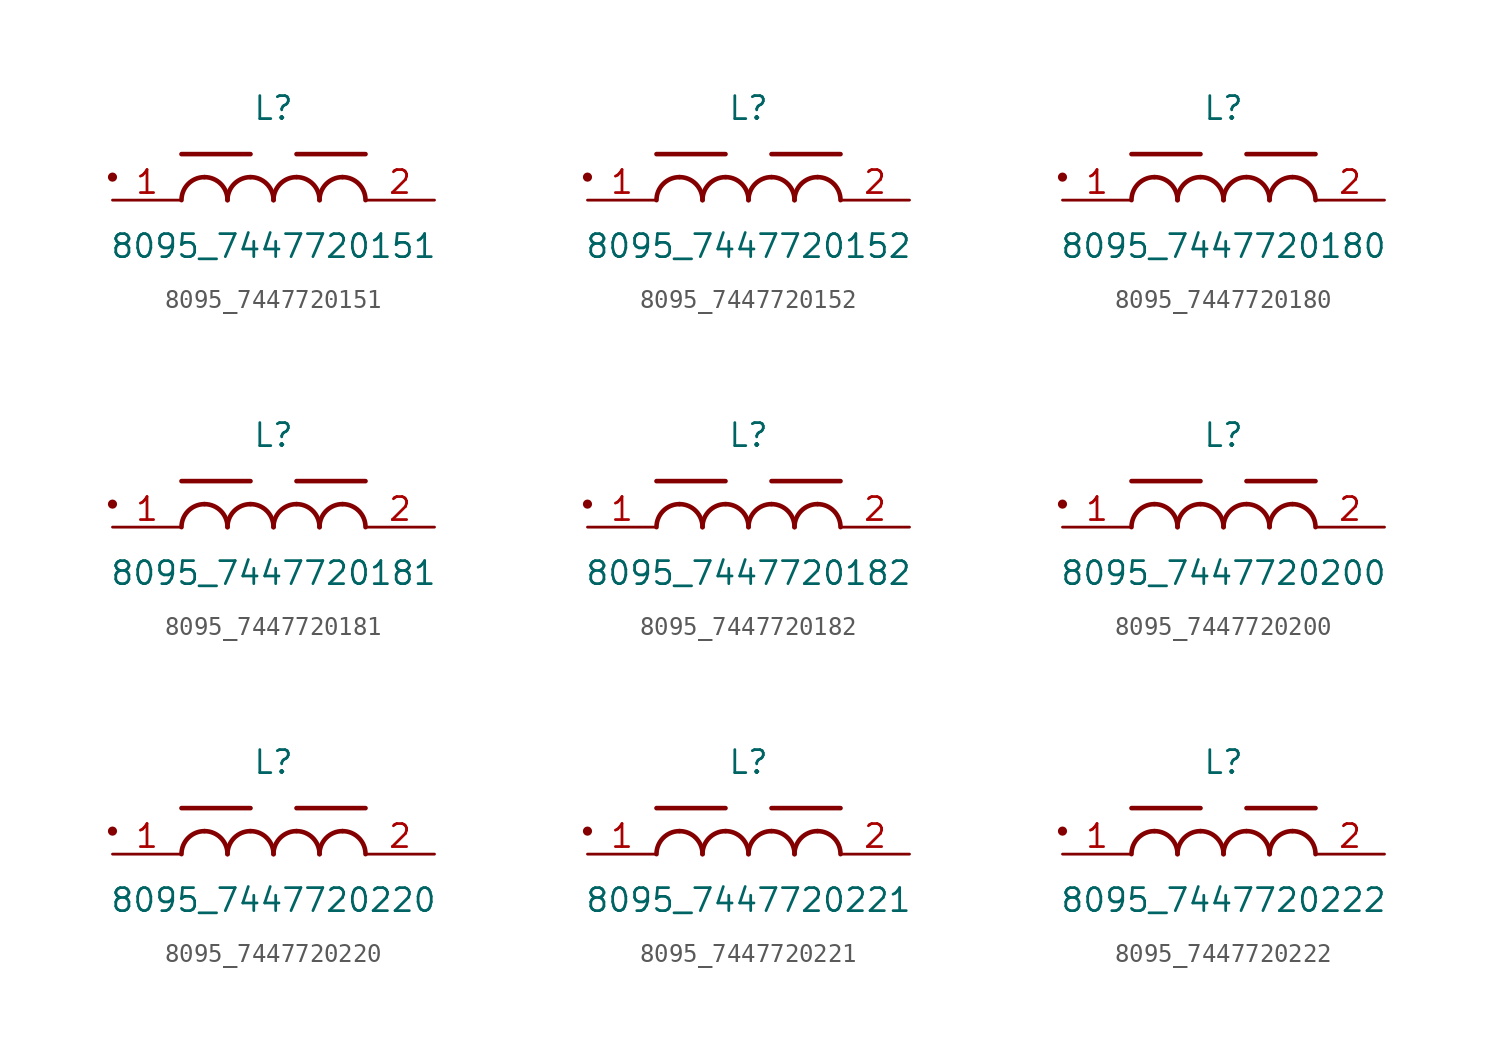
<source format=kicad_sym>
(kicad_symbol_lib
  (version 20211014)
  (generator kicad_symbol_editor)
  (symbol "Inductor_Wurth_WE-TI:8095_7447720151"
    (pin_names hide)
    (property "Reference" "L"
      (at 0 5.08 0)
      (effects (font (size 1.27 1.27))))
    (property "Value" "8095_7447720151"
      (at 0 -2.54 0)
      (effects (font (size 1.27 1.27))))
    (symbol "8095_7447720151_0_1"
      (circle (center -8.89 1.27) (radius 0.0001) (stroke (width 0.254)) (stroke (width 0.254) (type default) (color 0 0 0 0)) (fill (type none)))
      (arc (start -3.81 1.27) (mid -4.708 0.898) (end -5.08 0) (stroke (width 0.254) (type default) (color 0 0 0 0)) (fill (type none)))
      (arc (start -2.54 0) (mid -2.912 0.898) (end -3.81 1.27) (stroke (width 0.254) (type default) (color 0 0 0 0)) (fill (type none)))
      (arc (start -1.2699 1.2701) (mid -2.1679 0.8981) (end -2.5399 0.0001) (stroke (width 0.254) (type default) (color 0 0 0 0)) (fill (type none)))
      (polyline (pts (xy -5.08 2.54) (xy -1.27 2.54)) (stroke (width 0.254) (type default) (color 0 0 0 0)) (fill (type none)))
      (polyline (pts (xy 5.08 2.54) (xy 1.27 2.54)) (stroke (width 0.254) (type default) (color 0 0 0 0)) (fill (type none)))
      (arc (start 0.0001 0.0001) (mid -0.3719 0.8981) (end -1.2699 1.2701) (stroke (width 0.254) (type default) (color 0 0 0 0)) (fill (type none)))
      (arc (start 1.2701 1.2701) (mid 0.3721 0.8981) (end 0.0001 0.0001) (stroke (width 0.254) (type default) (color 0 0 0 0)) (fill (type none)))
      (arc (start 2.5401 0.0001) (mid 2.1681 0.8981) (end 1.2701 1.2701) (stroke (width 0.254) (type default) (color 0 0 0 0)) (fill (type none)))
      (arc (start 3.8101 1.2701) (mid 2.9121 0.8981) (end 2.5401 0.0001) (stroke (width 0.254) (type default) (color 0 0 0 0)) (fill (type none)))
      (arc (start 5.0801 0.0001) (mid 4.7081 0.8981) (end 3.8101 1.2701) (stroke (width 0.254) (type default) (color 0 0 0 0)) (fill (type none))))
    (symbol "8095_7447720151_1_1"
      (pin passive line (at -8.89 0 0) (length 3.81) (name "1" (effects (font (size 1.27 1.27)))) (number "1" (effects (font (size 1.27 1.27)))))
      (pin passive line (at 8.89 0 180) (length 3.81) (name "2" (effects (font (size 1.27 1.27)))) (number "2" (effects (font (size 1.27 1.27)))))))
  (symbol "Inductor_Wurth_WE-TI:8095_7447720152"
    (pin_names hide)
    (property "Reference" "L"
      (at 0 5.08 0)
      (effects (font (size 1.27 1.27))))
    (property "Value" "8095_7447720152"
      (at 0 -2.54 0)
      (effects (font (size 1.27 1.27))))
    (symbol "8095_7447720152_0_1"
      (circle (center -8.89 1.27) (radius 0.0001) (stroke (width 0.254)) (stroke (width 0.254) (type default) (color 0 0 0 0)) (fill (type none)))
      (arc (start -3.81 1.27) (mid -4.708 0.898) (end -5.08 0) (stroke (width 0.254) (type default) (color 0 0 0 0)) (fill (type none)))
      (arc (start -2.54 0) (mid -2.912 0.898) (end -3.81 1.27) (stroke (width 0.254) (type default) (color 0 0 0 0)) (fill (type none)))
      (arc (start -1.2699 1.2701) (mid -2.1679 0.8981) (end -2.5399 0.0001) (stroke (width 0.254) (type default) (color 0 0 0 0)) (fill (type none)))
      (polyline (pts (xy -5.08 2.54) (xy -1.27 2.54)) (stroke (width 0.254) (type default) (color 0 0 0 0)) (fill (type none)))
      (polyline (pts (xy 5.08 2.54) (xy 1.27 2.54)) (stroke (width 0.254) (type default) (color 0 0 0 0)) (fill (type none)))
      (arc (start 0.0001 0.0001) (mid -0.3719 0.8981) (end -1.2699 1.2701) (stroke (width 0.254) (type default) (color 0 0 0 0)) (fill (type none)))
      (arc (start 1.2701 1.2701) (mid 0.3721 0.8981) (end 0.0001 0.0001) (stroke (width 0.254) (type default) (color 0 0 0 0)) (fill (type none)))
      (arc (start 2.5401 0.0001) (mid 2.1681 0.8981) (end 1.2701 1.2701) (stroke (width 0.254) (type default) (color 0 0 0 0)) (fill (type none)))
      (arc (start 3.8101 1.2701) (mid 2.9121 0.8981) (end 2.5401 0.0001) (stroke (width 0.254) (type default) (color 0 0 0 0)) (fill (type none)))
      (arc (start 5.0801 0.0001) (mid 4.7081 0.8981) (end 3.8101 1.2701) (stroke (width 0.254) (type default) (color 0 0 0 0)) (fill (type none))))
    (symbol "8095_7447720152_1_1"
      (pin passive line (at -8.89 0 0) (length 3.81) (name "1" (effects (font (size 1.27 1.27)))) (number "1" (effects (font (size 1.27 1.27)))))
      (pin passive line (at 8.89 0 180) (length 3.81) (name "2" (effects (font (size 1.27 1.27)))) (number "2" (effects (font (size 1.27 1.27)))))))
  (symbol "Inductor_Wurth_WE-TI:8095_7447720180"
    (pin_names hide)
    (property "Reference" "L"
      (at 0 5.08 0)
      (effects (font (size 1.27 1.27))))
    (property "Value" "8095_7447720180"
      (at 0 -2.54 0)
      (effects (font (size 1.27 1.27))))
    (symbol "8095_7447720180_0_1"
      (circle (center -8.89 1.27) (radius 0.0001) (stroke (width 0.254)) (stroke (width 0.254) (type default) (color 0 0 0 0)) (fill (type none)))
      (arc (start -3.81 1.27) (mid -4.708 0.898) (end -5.08 0) (stroke (width 0.254) (type default) (color 0 0 0 0)) (fill (type none)))
      (arc (start -2.54 0) (mid -2.912 0.898) (end -3.81 1.27) (stroke (width 0.254) (type default) (color 0 0 0 0)) (fill (type none)))
      (arc (start -1.2699 1.2701) (mid -2.1679 0.8981) (end -2.5399 0.0001) (stroke (width 0.254) (type default) (color 0 0 0 0)) (fill (type none)))
      (polyline (pts (xy -5.08 2.54) (xy -1.27 2.54)) (stroke (width 0.254) (type default) (color 0 0 0 0)) (fill (type none)))
      (polyline (pts (xy 5.08 2.54) (xy 1.27 2.54)) (stroke (width 0.254) (type default) (color 0 0 0 0)) (fill (type none)))
      (arc (start 0.0001 0.0001) (mid -0.3719 0.8981) (end -1.2699 1.2701) (stroke (width 0.254) (type default) (color 0 0 0 0)) (fill (type none)))
      (arc (start 1.2701 1.2701) (mid 0.3721 0.8981) (end 0.0001 0.0001) (stroke (width 0.254) (type default) (color 0 0 0 0)) (fill (type none)))
      (arc (start 2.5401 0.0001) (mid 2.1681 0.8981) (end 1.2701 1.2701) (stroke (width 0.254) (type default) (color 0 0 0 0)) (fill (type none)))
      (arc (start 3.8101 1.2701) (mid 2.9121 0.8981) (end 2.5401 0.0001) (stroke (width 0.254) (type default) (color 0 0 0 0)) (fill (type none)))
      (arc (start 5.0801 0.0001) (mid 4.7081 0.8981) (end 3.8101 1.2701) (stroke (width 0.254) (type default) (color 0 0 0 0)) (fill (type none))))
    (symbol "8095_7447720180_1_1"
      (pin passive line (at -8.89 0 0) (length 3.81) (name "1" (effects (font (size 1.27 1.27)))) (number "1" (effects (font (size 1.27 1.27)))))
      (pin passive line (at 8.89 0 180) (length 3.81) (name "2" (effects (font (size 1.27 1.27)))) (number "2" (effects (font (size 1.27 1.27)))))))
  (symbol "Inductor_Wurth_WE-TI:8095_7447720181"
    (pin_names hide)
    (property "Reference" "L"
      (at 0 5.08 0)
      (effects (font (size 1.27 1.27))))
    (property "Value" "8095_7447720181"
      (at 0 -2.54 0)
      (effects (font (size 1.27 1.27))))
    (symbol "8095_7447720181_0_1"
      (circle (center -8.89 1.27) (radius 0.0001) (stroke (width 0.254)) (stroke (width 0.254) (type default) (color 0 0 0 0)) (fill (type none)))
      (arc (start -3.81 1.27) (mid -4.708 0.898) (end -5.08 0) (stroke (width 0.254) (type default) (color 0 0 0 0)) (fill (type none)))
      (arc (start -2.54 0) (mid -2.912 0.898) (end -3.81 1.27) (stroke (width 0.254) (type default) (color 0 0 0 0)) (fill (type none)))
      (arc (start -1.2699 1.2701) (mid -2.1679 0.8981) (end -2.5399 0.0001) (stroke (width 0.254) (type default) (color 0 0 0 0)) (fill (type none)))
      (polyline (pts (xy -5.08 2.54) (xy -1.27 2.54)) (stroke (width 0.254) (type default) (color 0 0 0 0)) (fill (type none)))
      (polyline (pts (xy 5.08 2.54) (xy 1.27 2.54)) (stroke (width 0.254) (type default) (color 0 0 0 0)) (fill (type none)))
      (arc (start 0.0001 0.0001) (mid -0.3719 0.8981) (end -1.2699 1.2701) (stroke (width 0.254) (type default) (color 0 0 0 0)) (fill (type none)))
      (arc (start 1.2701 1.2701) (mid 0.3721 0.8981) (end 0.0001 0.0001) (stroke (width 0.254) (type default) (color 0 0 0 0)) (fill (type none)))
      (arc (start 2.5401 0.0001) (mid 2.1681 0.8981) (end 1.2701 1.2701) (stroke (width 0.254) (type default) (color 0 0 0 0)) (fill (type none)))
      (arc (start 3.8101 1.2701) (mid 2.9121 0.8981) (end 2.5401 0.0001) (stroke (width 0.254) (type default) (color 0 0 0 0)) (fill (type none)))
      (arc (start 5.0801 0.0001) (mid 4.7081 0.8981) (end 3.8101 1.2701) (stroke (width 0.254) (type default) (color 0 0 0 0)) (fill (type none))))
    (symbol "8095_7447720181_1_1"
      (pin passive line (at -8.89 0 0) (length 3.81) (name "1" (effects (font (size 1.27 1.27)))) (number "1" (effects (font (size 1.27 1.27)))))
      (pin passive line (at 8.89 0 180) (length 3.81) (name "2" (effects (font (size 1.27 1.27)))) (number "2" (effects (font (size 1.27 1.27)))))))
  (symbol "Inductor_Wurth_WE-TI:8095_7447720182"
    (pin_names hide)
    (property "Reference" "L"
      (at 0 5.08 0)
      (effects (font (size 1.27 1.27))))
    (property "Value" "8095_7447720182"
      (at 0 -2.54 0)
      (effects (font (size 1.27 1.27))))
    (symbol "8095_7447720182_0_1"
      (circle (center -8.89 1.27) (radius 0.0001) (stroke (width 0.254)) (stroke (width 0.254) (type default) (color 0 0 0 0)) (fill (type none)))
      (arc (start -3.81 1.27) (mid -4.708 0.898) (end -5.08 0) (stroke (width 0.254) (type default) (color 0 0 0 0)) (fill (type none)))
      (arc (start -2.54 0) (mid -2.912 0.898) (end -3.81 1.27) (stroke (width 0.254) (type default) (color 0 0 0 0)) (fill (type none)))
      (arc (start -1.2699 1.2701) (mid -2.1679 0.8981) (end -2.5399 0.0001) (stroke (width 0.254) (type default) (color 0 0 0 0)) (fill (type none)))
      (polyline (pts (xy -5.08 2.54) (xy -1.27 2.54)) (stroke (width 0.254) (type default) (color 0 0 0 0)) (fill (type none)))
      (polyline (pts (xy 5.08 2.54) (xy 1.27 2.54)) (stroke (width 0.254) (type default) (color 0 0 0 0)) (fill (type none)))
      (arc (start 0.0001 0.0001) (mid -0.3719 0.8981) (end -1.2699 1.2701) (stroke (width 0.254) (type default) (color 0 0 0 0)) (fill (type none)))
      (arc (start 1.2701 1.2701) (mid 0.3721 0.8981) (end 0.0001 0.0001) (stroke (width 0.254) (type default) (color 0 0 0 0)) (fill (type none)))
      (arc (start 2.5401 0.0001) (mid 2.1681 0.8981) (end 1.2701 1.2701) (stroke (width 0.254) (type default) (color 0 0 0 0)) (fill (type none)))
      (arc (start 3.8101 1.2701) (mid 2.9121 0.8981) (end 2.5401 0.0001) (stroke (width 0.254) (type default) (color 0 0 0 0)) (fill (type none)))
      (arc (start 5.0801 0.0001) (mid 4.7081 0.8981) (end 3.8101 1.2701) (stroke (width 0.254) (type default) (color 0 0 0 0)) (fill (type none))))
    (symbol "8095_7447720182_1_1"
      (pin passive line (at -8.89 0 0) (length 3.81) (name "1" (effects (font (size 1.27 1.27)))) (number "1" (effects (font (size 1.27 1.27)))))
      (pin passive line (at 8.89 0 180) (length 3.81) (name "2" (effects (font (size 1.27 1.27)))) (number "2" (effects (font (size 1.27 1.27)))))))
  (symbol "Inductor_Wurth_WE-TI:8095_7447720200"
    (pin_names hide)
    (property "Reference" "L"
      (at 0 5.08 0)
      (effects (font (size 1.27 1.27))))
    (property "Value" "8095_7447720200"
      (at 0 -2.54 0)
      (effects (font (size 1.27 1.27))))
    (symbol "8095_7447720200_0_1"
      (circle (center -8.89 1.27) (radius 0.0001) (stroke (width 0.254)) (stroke (width 0.254) (type default) (color 0 0 0 0)) (fill (type none)))
      (arc (start -3.81 1.27) (mid -4.708 0.898) (end -5.08 0) (stroke (width 0.254) (type default) (color 0 0 0 0)) (fill (type none)))
      (arc (start -2.54 0) (mid -2.912 0.898) (end -3.81 1.27) (stroke (width 0.254) (type default) (color 0 0 0 0)) (fill (type none)))
      (arc (start -1.2699 1.2701) (mid -2.1679 0.8981) (end -2.5399 0.0001) (stroke (width 0.254) (type default) (color 0 0 0 0)) (fill (type none)))
      (polyline (pts (xy -5.08 2.54) (xy -1.27 2.54)) (stroke (width 0.254) (type default) (color 0 0 0 0)) (fill (type none)))
      (polyline (pts (xy 5.08 2.54) (xy 1.27 2.54)) (stroke (width 0.254) (type default) (color 0 0 0 0)) (fill (type none)))
      (arc (start 0.0001 0.0001) (mid -0.3719 0.8981) (end -1.2699 1.2701) (stroke (width 0.254) (type default) (color 0 0 0 0)) (fill (type none)))
      (arc (start 1.2701 1.2701) (mid 0.3721 0.8981) (end 0.0001 0.0001) (stroke (width 0.254) (type default) (color 0 0 0 0)) (fill (type none)))
      (arc (start 2.5401 0.0001) (mid 2.1681 0.8981) (end 1.2701 1.2701) (stroke (width 0.254) (type default) (color 0 0 0 0)) (fill (type none)))
      (arc (start 3.8101 1.2701) (mid 2.9121 0.8981) (end 2.5401 0.0001) (stroke (width 0.254) (type default) (color 0 0 0 0)) (fill (type none)))
      (arc (start 5.0801 0.0001) (mid 4.7081 0.8981) (end 3.8101 1.2701) (stroke (width 0.254) (type default) (color 0 0 0 0)) (fill (type none))))
    (symbol "8095_7447720200_1_1"
      (pin passive line (at -8.89 0 0) (length 3.81) (name "1" (effects (font (size 1.27 1.27)))) (number "1" (effects (font (size 1.27 1.27)))))
      (pin passive line (at 8.89 0 180) (length 3.81) (name "2" (effects (font (size 1.27 1.27)))) (number "2" (effects (font (size 1.27 1.27)))))))
  (symbol "Inductor_Wurth_WE-TI:8095_7447720220"
    (pin_names hide)
    (property "Reference" "L"
      (at 0 5.08 0)
      (effects (font (size 1.27 1.27))))
    (property "Value" "8095_7447720220"
      (at 0 -2.54 0)
      (effects (font (size 1.27 1.27))))
    (symbol "8095_7447720220_0_1"
      (circle (center -8.89 1.27) (radius 0.0001) (stroke (width 0.254)) (stroke (width 0.254) (type default) (color 0 0 0 0)) (fill (type none)))
      (arc (start -3.81 1.27) (mid -4.708 0.898) (end -5.08 0) (stroke (width 0.254) (type default) (color 0 0 0 0)) (fill (type none)))
      (arc (start -2.54 0) (mid -2.912 0.898) (end -3.81 1.27) (stroke (width 0.254) (type default) (color 0 0 0 0)) (fill (type none)))
      (arc (start -1.2699 1.2701) (mid -2.1679 0.8981) (end -2.5399 0.0001) (stroke (width 0.254) (type default) (color 0 0 0 0)) (fill (type none)))
      (polyline (pts (xy -5.08 2.54) (xy -1.27 2.54)) (stroke (width 0.254) (type default) (color 0 0 0 0)) (fill (type none)))
      (polyline (pts (xy 5.08 2.54) (xy 1.27 2.54)) (stroke (width 0.254) (type default) (color 0 0 0 0)) (fill (type none)))
      (arc (start 0.0001 0.0001) (mid -0.3719 0.8981) (end -1.2699 1.2701) (stroke (width 0.254) (type default) (color 0 0 0 0)) (fill (type none)))
      (arc (start 1.2701 1.2701) (mid 0.3721 0.8981) (end 0.0001 0.0001) (stroke (width 0.254) (type default) (color 0 0 0 0)) (fill (type none)))
      (arc (start 2.5401 0.0001) (mid 2.1681 0.8981) (end 1.2701 1.2701) (stroke (width 0.254) (type default) (color 0 0 0 0)) (fill (type none)))
      (arc (start 3.8101 1.2701) (mid 2.9121 0.8981) (end 2.5401 0.0001) (stroke (width 0.254) (type default) (color 0 0 0 0)) (fill (type none)))
      (arc (start 5.0801 0.0001) (mid 4.7081 0.8981) (end 3.8101 1.2701) (stroke (width 0.254) (type default) (color 0 0 0 0)) (fill (type none))))
    (symbol "8095_7447720220_1_1"
      (pin passive line (at -8.89 0 0) (length 3.81) (name "1" (effects (font (size 1.27 1.27)))) (number "1" (effects (font (size 1.27 1.27)))))
      (pin passive line (at 8.89 0 180) (length 3.81) (name "2" (effects (font (size 1.27 1.27)))) (number "2" (effects (font (size 1.27 1.27)))))))
  (symbol "Inductor_Wurth_WE-TI:8095_7447720221"
    (pin_names hide)
    (property "Reference" "L"
      (at 0 5.08 0)
      (effects (font (size 1.27 1.27))))
    (property "Value" "8095_7447720221"
      (at 0 -2.54 0)
      (effects (font (size 1.27 1.27))))
    (symbol "8095_7447720221_0_1"
      (circle (center -8.89 1.27) (radius 0.0001) (stroke (width 0.254)) (stroke (width 0.254) (type default) (color 0 0 0 0)) (fill (type none)))
      (arc (start -3.81 1.27) (mid -4.708 0.898) (end -5.08 0) (stroke (width 0.254) (type default) (color 0 0 0 0)) (fill (type none)))
      (arc (start -2.54 0) (mid -2.912 0.898) (end -3.81 1.27) (stroke (width 0.254) (type default) (color 0 0 0 0)) (fill (type none)))
      (arc (start -1.2699 1.2701) (mid -2.1679 0.8981) (end -2.5399 0.0001) (stroke (width 0.254) (type default) (color 0 0 0 0)) (fill (type none)))
      (polyline (pts (xy -5.08 2.54) (xy -1.27 2.54)) (stroke (width 0.254) (type default) (color 0 0 0 0)) (fill (type none)))
      (polyline (pts (xy 5.08 2.54) (xy 1.27 2.54)) (stroke (width 0.254) (type default) (color 0 0 0 0)) (fill (type none)))
      (arc (start 0.0001 0.0001) (mid -0.3719 0.8981) (end -1.2699 1.2701) (stroke (width 0.254) (type default) (color 0 0 0 0)) (fill (type none)))
      (arc (start 1.2701 1.2701) (mid 0.3721 0.8981) (end 0.0001 0.0001) (stroke (width 0.254) (type default) (color 0 0 0 0)) (fill (type none)))
      (arc (start 2.5401 0.0001) (mid 2.1681 0.8981) (end 1.2701 1.2701) (stroke (width 0.254) (type default) (color 0 0 0 0)) (fill (type none)))
      (arc (start 3.8101 1.2701) (mid 2.9121 0.8981) (end 2.5401 0.0001) (stroke (width 0.254) (type default) (color 0 0 0 0)) (fill (type none)))
      (arc (start 5.0801 0.0001) (mid 4.7081 0.8981) (end 3.8101 1.2701) (stroke (width 0.254) (type default) (color 0 0 0 0)) (fill (type none))))
    (symbol "8095_7447720221_1_1"
      (pin passive line (at -8.89 0 0) (length 3.81) (name "1" (effects (font (size 1.27 1.27)))) (number "1" (effects (font (size 1.27 1.27)))))
      (pin passive line (at 8.89 0 180) (length 3.81) (name "2" (effects (font (size 1.27 1.27)))) (number "2" (effects (font (size 1.27 1.27)))))))
  (symbol "Inductor_Wurth_WE-TI:8095_7447720222"
    (pin_names hide)
    (property "Reference" "L"
      (at 0 5.08 0)
      (effects (font (size 1.27 1.27))))
    (property "Value" "8095_7447720222"
      (at 0 -2.54 0)
      (effects (font (size 1.27 1.27))))
    (symbol "8095_7447720222_0_1"
      (circle (center -8.89 1.27) (radius 0.0001) (stroke (width 0.254)) (stroke (width 0.254) (type default) (color 0 0 0 0)) (fill (type none)))
      (arc (start -3.81 1.27) (mid -4.708 0.898) (end -5.08 0) (stroke (width 0.254) (type default) (color 0 0 0 0)) (fill (type none)))
      (arc (start -2.54 0) (mid -2.912 0.898) (end -3.81 1.27) (stroke (width 0.254) (type default) (color 0 0 0 0)) (fill (type none)))
      (arc (start -1.2699 1.2701) (mid -2.1679 0.8981) (end -2.5399 0.0001) (stroke (width 0.254) (type default) (color 0 0 0 0)) (fill (type none)))
      (polyline (pts (xy -5.08 2.54) (xy -1.27 2.54)) (stroke (width 0.254) (type default) (color 0 0 0 0)) (fill (type none)))
      (polyline (pts (xy 5.08 2.54) (xy 1.27 2.54)) (stroke (width 0.254) (type default) (color 0 0 0 0)) (fill (type none)))
      (arc (start 0.0001 0.0001) (mid -0.3719 0.8981) (end -1.2699 1.2701) (stroke (width 0.254) (type default) (color 0 0 0 0)) (fill (type none)))
      (arc (start 1.2701 1.2701) (mid 0.3721 0.8981) (end 0.0001 0.0001) (stroke (width 0.254) (type default) (color 0 0 0 0)) (fill (type none)))
      (arc (start 2.5401 0.0001) (mid 2.1681 0.8981) (end 1.2701 1.2701) (stroke (width 0.254) (type default) (color 0 0 0 0)) (fill (type none)))
      (arc (start 3.8101 1.2701) (mid 2.9121 0.8981) (end 2.5401 0.0001) (stroke (width 0.254) (type default) (color 0 0 0 0)) (fill (type none)))
      (arc (start 5.0801 0.0001) (mid 4.7081 0.8981) (end 3.8101 1.2701) (stroke (width 0.254) (type default) (color 0 0 0 0)) (fill (type none))))
    (symbol "8095_7447720222_1_1"
      (pin passive line (at -8.89 0 0) (length 3.81) (name "1" (effects (font (size 1.27 1.27)))) (number "1" (effects (font (size 1.27 1.27)))))
      (pin passive line (at 8.89 0 180) (length 3.81) (name "2" (effects (font (size 1.27 1.27)))) (number "2" (effects (font (size 1.27 1.27))))))))
</source>
